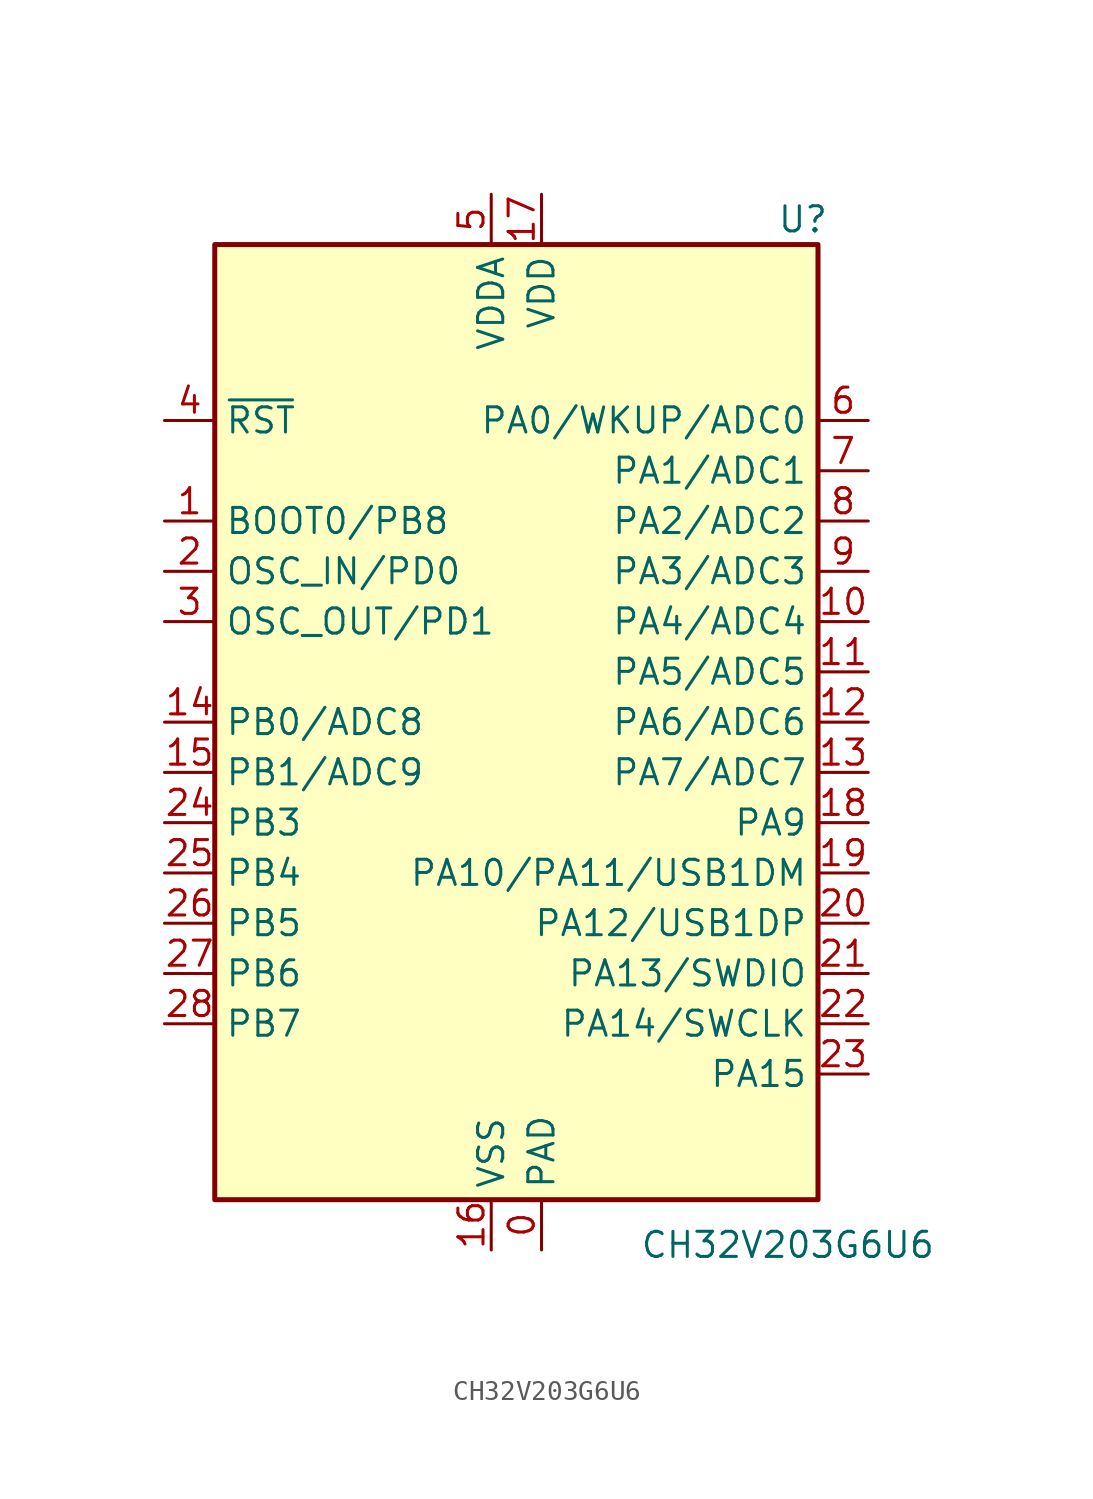
<source format=kicad_sym>
(kicad_symbol_lib
  (version 20231120)
  (generator "kicad_symbol_editor")
  (generator_version "8.0")
  (symbol "CH32V203G6U6"
    (property "Reference" "U"
      (at 14.478 25.4 0)
      (effects (font (size 1.27 1.27))))
    (property "Value" "CH32V203G6U6"
      (at 13.716 -26.416 0)
      (effects (font (size 1.27 1.27))))
    (symbol "CH32V203G6U6_1_1"
      (rectangle (start -15.24 24.13) (end 15.24 -24.13) (stroke (width 0.254) (type solid)) (fill (type background)))
      (pin power_in line (at 1.27 -26.67 90) (length 2.54) (name "PAD" (effects (font (size 1.27 1.27)))) (number "0" (effects (font (size 1.27 1.27)))))
      (pin bidirectional line (at -17.78 10.16 0) (length 2.54) (name "BOOT0/PB8" (effects (font (size 1.27 1.27)))) (number "1" (effects (font (size 1.27 1.27)))) (alternate "PA14" bidirectional line) (alternate "TIM10_CH3N" bidirectional line) (alternate "TIM8_CH2N_1" bidirectional line) (alternate "USART3_RX_2" bidirectional line) (alternate "USART8_TX_1" bidirectional line))
      (pin bidirectional line (at 17.78 5.08 180) (length 2.54) (name "PA4/ADC4" (effects (font (size 1.27 1.27)))) (number "10" (effects (font (size 1.27 1.27)))) (alternate "MCO" bidirectional line) (alternate "TIM1_CH1" bidirectional line) (alternate "TIM1_CH1_1" bidirectional line) (alternate "TIM3_CH4_3" bidirectional line) (alternate "TIM8_CH4" bidirectional line) (alternate "USART1_CK" bidirectional line) (alternate "USART1_CK_1" bidirectional line) (alternate "USART1_RX_2" bidirectional line))
      (pin bidirectional line (at 17.78 2.54 180) (length 2.54) (name "PA5/ADC5" (effects (font (size 1.27 1.27)))) (number "11" (effects (font (size 1.27 1.27)))) (alternate "PA9/PA13" bidirectional line) (alternate "TIM10_CH2N" bidirectional line) (alternate "TIM1_CH2" bidirectional line) (alternate "TIM1_CH2_1" bidirectional line) (alternate "TIM8_CH1N_1" bidirectional line) (alternate "USART1_RTS_2" bidirectional line) (alternate "USART1_TX" bidirectional line) (alternate "USART3_TX_2" bidirectional line))
      (pin bidirectional line (at 17.78 0 180) (length 2.54) (name "PA6/ADC6" (effects (font (size 1.27 1.27)))) (number "12" (effects (font (size 1.27 1.27)))) (alternate "PA9/PA13" bidirectional line) (alternate "TIM10_CH2N" bidirectional line) (alternate "TIM1_CH2" bidirectional line) (alternate "TIM1_CH2_1" bidirectional line) (alternate "TIM8_CH1N_1" bidirectional line) (alternate "USART1_RTS_2" bidirectional line) (alternate "USART1_TX" bidirectional line) (alternate "USART3_TX_2" bidirectional line))
      (pin bidirectional line (at 17.78 -2.54 180) (length 2.54) (name "PA7/ADC7" (effects (font (size 1.27 1.27)))) (number "13" (effects (font (size 1.27 1.27)))) (alternate "PA9/PA13" bidirectional line) (alternate "TIM10_CH2N" bidirectional line) (alternate "TIM1_CH2" bidirectional line) (alternate "TIM1_CH2_1" bidirectional line) (alternate "TIM8_CH1N_1" bidirectional line) (alternate "USART1_RTS_2" bidirectional line) (alternate "USART1_TX" bidirectional line) (alternate "USART3_TX_2" bidirectional line))
      (pin bidirectional line (at -17.78 0 0) (length 2.54) (name "PB0/ADC8" (effects (font (size 1.27 1.27)))) (number "14" (effects (font (size 1.27 1.27)))) (alternate "I2C1_SCL" bidirectional line) (alternate "TIM4_CH1" bidirectional line) (alternate "TIM8_CH1_1" bidirectional line) (alternate "USART1_TX_1" bidirectional line) (alternate "USBFS_DM" bidirectional line) (alternate "USBHS_DM" bidirectional line))
      (pin bidirectional line (at -17.78 -2.54 0) (length 2.54) (name "PB1/ADC9" (effects (font (size 1.27 1.27)))) (number "15" (effects (font (size 1.27 1.27)))) (alternate "I2C1_SCL" bidirectional line) (alternate "TIM4_CH1" bidirectional line) (alternate "TIM8_CH1_1" bidirectional line) (alternate "USART1_TX_1" bidirectional line) (alternate "USBFS_DM" bidirectional line) (alternate "USBHS_DM" bidirectional line))
      (pin power_in line (at -1.27 -26.67 90) (length 2.54) (name "VSS" (effects (font (size 1.27 1.27)))) (number "16" (effects (font (size 1.27 1.27)))))
      (pin power_in line (at 1.27 26.67 270) (length 2.54) (name "VDD" (effects (font (size 1.27 1.27)))) (number "17" (effects (font (size 1.27 1.27)))) (alternate "VIO" power_in line))
      (pin bidirectional line (at 17.78 -5.08 180) (length 2.54) (name "PA9" (effects (font (size 1.27 1.27)))) (number "18" (effects (font (size 1.27 1.27)))) (alternate "PA14" bidirectional line) (alternate "TIM10_CH3N" bidirectional line) (alternate "TIM8_CH2N_1" bidirectional line) (alternate "USART3_RX_2" bidirectional line) (alternate "USART8_TX_1" bidirectional line))
      (pin bidirectional line (at 17.78 -7.62 180) (length 2.54) (name "PA10/PA11/USB1DM" (effects (font (size 1.27 1.27)))) (number "19" (effects (font (size 1.27 1.27)))) (alternate "PA14" bidirectional line) (alternate "TIM10_CH3N" bidirectional line) (alternate "TIM8_CH2N_1" bidirectional line) (alternate "USART3_RX_2" bidirectional line) (alternate "USART8_TX_1" bidirectional line))
      (pin bidirectional line (at -17.78 7.62 0) (length 2.54) (name "OSC_IN/PD0" (effects (font (size 1.27 1.27)))) (number "2" (effects (font (size 1.27 1.27)))) (alternate "PD0" bidirectional line))
      (pin bidirectional line (at 17.78 -10.16 180) (length 2.54) (name "PA12/USB1DP" (effects (font (size 1.27 1.27)))) (number "20" (effects (font (size 1.27 1.27)))) (alternate "PA14" bidirectional line) (alternate "TIM10_CH3N" bidirectional line) (alternate "TIM8_CH2N_1" bidirectional line) (alternate "USART3_RX_2" bidirectional line) (alternate "USART8_TX_1" bidirectional line))
      (pin bidirectional line (at 17.78 -12.7 180) (length 2.54) (name "PA13/SWDIO" (effects (font (size 1.27 1.27)))) (number "21" (effects (font (size 1.27 1.27)))) (alternate "PA14" bidirectional line) (alternate "TIM10_CH3N" bidirectional line) (alternate "TIM8_CH2N_1" bidirectional line) (alternate "USART3_RX_2" bidirectional line) (alternate "USART8_TX_1" bidirectional line))
      (pin bidirectional line (at 17.78 -15.24 180) (length 2.54) (name "PA14/SWCLK" (effects (font (size 1.27 1.27)))) (number "22" (effects (font (size 1.27 1.27)))) (alternate "PA14" bidirectional line) (alternate "TIM10_CH3N" bidirectional line) (alternate "TIM8_CH2N_1" bidirectional line) (alternate "USART3_RX_2" bidirectional line) (alternate "USART8_TX_1" bidirectional line))
      (pin bidirectional line (at 17.78 -17.78 180) (length 2.54) (name "PA15" (effects (font (size 1.27 1.27)))) (number "23" (effects (font (size 1.27 1.27)))) (alternate "PA14" bidirectional line) (alternate "TIM10_CH3N" bidirectional line) (alternate "TIM8_CH2N_1" bidirectional line) (alternate "USART3_RX_2" bidirectional line) (alternate "USART8_TX_1" bidirectional line))
      (pin bidirectional line (at -17.78 -5.08 0) (length 2.54) (name "PB3" (effects (font (size 1.27 1.27)))) (number "24" (effects (font (size 1.27 1.27)))) (alternate "PA14" bidirectional line) (alternate "TIM10_CH3N" bidirectional line) (alternate "TIM8_CH2N_1" bidirectional line) (alternate "USART3_RX_2" bidirectional line) (alternate "USART8_TX_1" bidirectional line))
      (pin bidirectional line (at -17.78 -7.62 0) (length 2.54) (name "PB4" (effects (font (size 1.27 1.27)))) (number "25" (effects (font (size 1.27 1.27)))) (alternate "PA14" bidirectional line) (alternate "TIM10_CH3N" bidirectional line) (alternate "TIM8_CH2N_1" bidirectional line) (alternate "USART3_RX_2" bidirectional line) (alternate "USART8_TX_1" bidirectional line))
      (pin bidirectional line (at -17.78 -10.16 0) (length 2.54) (name "PB5" (effects (font (size 1.27 1.27)))) (number "26" (effects (font (size 1.27 1.27)))) (alternate "PA14" bidirectional line) (alternate "TIM10_CH3N" bidirectional line) (alternate "TIM8_CH2N_1" bidirectional line) (alternate "USART3_RX_2" bidirectional line) (alternate "USART8_TX_1" bidirectional line))
      (pin bidirectional line (at -17.78 -12.7 0) (length 2.54) (name "PB6" (effects (font (size 1.27 1.27)))) (number "27" (effects (font (size 1.27 1.27)))) (alternate "PA14" bidirectional line) (alternate "TIM10_CH3N" bidirectional line) (alternate "TIM8_CH2N_1" bidirectional line) (alternate "USART3_RX_2" bidirectional line) (alternate "USART8_TX_1" bidirectional line))
      (pin bidirectional line (at -17.78 -15.24 0) (length 2.54) (name "PB7" (effects (font (size 1.27 1.27)))) (number "28" (effects (font (size 1.27 1.27)))) (alternate "PA14" bidirectional line) (alternate "TIM10_CH3N" bidirectional line) (alternate "TIM8_CH2N_1" bidirectional line) (alternate "USART3_RX_2" bidirectional line) (alternate "USART8_TX_1" bidirectional line))
      (pin bidirectional line (at -17.78 5.08 0) (length 2.54) (name "OSC_OUT/PD1" (effects (font (size 1.27 1.27)))) (number "3" (effects (font (size 1.27 1.27)))) (alternate "PD1" bidirectional line))
      (pin input line (at -17.78 15.24 0) (length 2.54) (name "~{RST}" (effects (font (size 1.27 1.27)))) (number "4" (effects (font (size 1.27 1.27)))))
      (pin power_in line (at -1.27 26.67 270) (length 2.54) (name "VDDA" (effects (font (size 1.27 1.27)))) (number "5" (effects (font (size 1.27 1.27)))) (alternate "VIO" power_in line))
      (pin bidirectional line (at 17.78 15.24 180) (length 2.54) (name "PA0/WKUP/ADC0" (effects (font (size 1.27 1.27)))) (number "6" (effects (font (size 1.27 1.27)))) (alternate "ADC_IN1" bidirectional line) (alternate "ADC_IN5" bidirectional line) (alternate "DAC_OUT2" bidirectional line) (alternate "SPI1_SCK" bidirectional line) (alternate "TIM10_CH1N_1" bidirectional line) (alternate "TIM2_CH2" bidirectional line) (alternate "TIM2_CH2_2" bidirectional line) (alternate "TIM5_CH2" bidirectional line) (alternate "TIM9_BKIN_1" bidirectional line) (alternate "USART1_CK_3" bidirectional line) (alternate "USART1_CTS_2" bidirectional line) (alternate "USART2_RTS" bidirectional line))
      (pin bidirectional line (at 17.78 12.7 180) (length 2.54) (name "PA1/ADC1" (effects (font (size 1.27 1.27)))) (number "7" (effects (font (size 1.27 1.27)))) (alternate "I2S2_MCK" bidirectional line) (alternate "TIM3_CH1_3" bidirectional line) (alternate "TIM8_CH1" bidirectional line))
      (pin bidirectional line (at 17.78 10.16 180) (length 2.54) (name "PA2/ADC2" (effects (font (size 1.27 1.27)))) (number "8" (effects (font (size 1.27 1.27)))) (alternate "I2S3_MCK" bidirectional line) (alternate "TIM3_CH2_3" bidirectional line) (alternate "TIM8_CH2" bidirectional line))
      (pin bidirectional line (at 17.78 7.62 180) (length 2.54) (name "PA3/ADC3" (effects (font (size 1.27 1.27)))) (number "9" (effects (font (size 1.27 1.27)))) (alternate "TIM3_CH3_3" bidirectional line) (alternate "TIM8_CH3" bidirectional line)))))
</source>
